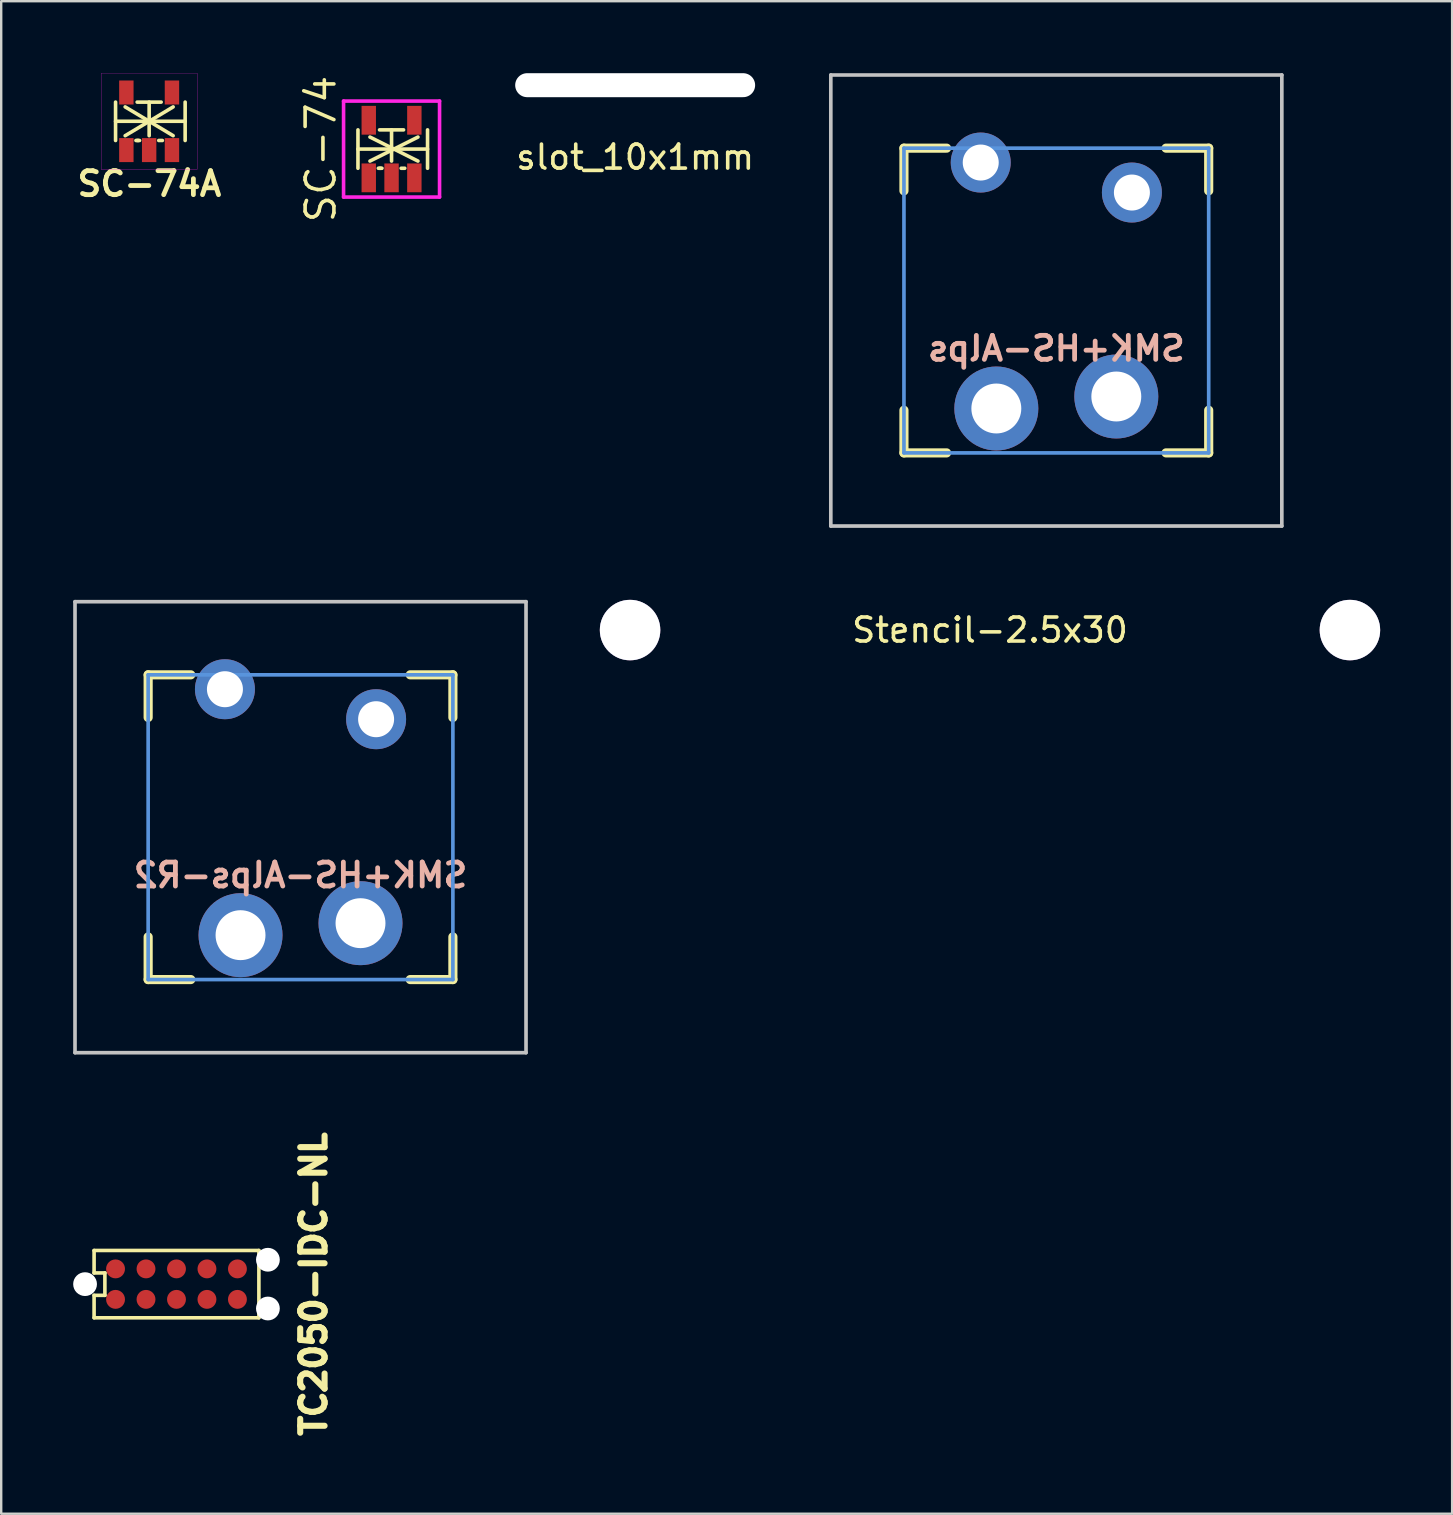
<source format=kicad_pcb>
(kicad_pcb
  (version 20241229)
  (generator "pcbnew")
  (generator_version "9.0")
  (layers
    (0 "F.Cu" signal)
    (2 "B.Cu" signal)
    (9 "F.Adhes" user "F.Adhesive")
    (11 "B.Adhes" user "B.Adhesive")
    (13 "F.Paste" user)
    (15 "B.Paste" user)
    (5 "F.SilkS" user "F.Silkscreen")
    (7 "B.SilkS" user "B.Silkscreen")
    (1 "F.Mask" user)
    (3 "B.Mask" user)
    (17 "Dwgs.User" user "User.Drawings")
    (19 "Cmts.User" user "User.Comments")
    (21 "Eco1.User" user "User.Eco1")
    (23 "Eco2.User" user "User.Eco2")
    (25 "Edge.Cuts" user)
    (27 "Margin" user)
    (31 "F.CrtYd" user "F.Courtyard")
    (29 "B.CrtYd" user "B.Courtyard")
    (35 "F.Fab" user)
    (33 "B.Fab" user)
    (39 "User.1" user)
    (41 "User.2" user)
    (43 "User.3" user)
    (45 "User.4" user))
  (footprint "slot_10x1mm"
    (layer "F.Cu")
    (at 23.42 0.5)
    (property "Reference" "slot_10x1mm" (at 0 3 0) (layer "F.SilkS") (effects (font (size 1 1) (thickness 0.15))))
    (attr through_hole)
    (pad "" np_thru_hole oval (at 0 0) (size 10 1) (drill oval 10 1) (layers "*.Cu" "*.Mask")))
  (footprint "SC-74"
    (layer "F.Cu")
    (at 13.268 3.162)
    (property "Reference" "SC-74" (at -2.95 0 90) (layer "F.SilkS") (effects (font (size 1.2 1.2) (thickness 0.15))))
    (attr through_hole)
    (fp_line (start -1.4 -0.8) (end -1.4 0.8) (stroke (width 0.15) (type solid)) (layer "F.SilkS"))
    (fp_line (start -1.4 0) (end 1.5 0) (stroke (width 0.15) (type solid)) (layer "F.SilkS"))
    (fp_line (start -0.9 -0.5) (end 1.1 0.5) (stroke (width 0.15) (type solid)) (layer "F.SilkS"))
    (fp_line (start -0.9 0.5) (end 1.1 -0.5) (stroke (width 0.15) (type solid)) (layer "F.SilkS"))
    (fp_line (start -0.55 0.8) (end -0.45 0.8) (stroke (width 0.15) (type solid)) (layer "F.SilkS"))
    (fp_line (start -0.5 0.8) (end -0.4 0.8) (stroke (width 0.15) (type solid)) (layer "F.SilkS"))
    (fp_line (start 0 -0.8) (end 0 0.5) (stroke (width 0.15) (type solid)) (layer "F.SilkS"))
    (fp_line (start 0.4 0.8) (end 0.55 0.8) (stroke (width 0.15) (type solid)) (layer "F.SilkS"))
    (fp_line (start 0.5 -0.8) (end -0.5 -0.8) (stroke (width 0.15) (type solid)) (layer "F.SilkS"))
    (fp_line (start 1.5 0.8) (end 1.5 -0.8) (stroke (width 0.15) (type solid)) (layer "F.SilkS"))
    (fp_line (start -2 -2) (end 2 -2) (stroke (width 0.15) (type solid)) (layer "F.CrtYd"))
    (fp_line (start -2 2) (end -2 -2) (stroke (width 0.15) (type solid)) (layer "F.CrtYd"))
    (fp_line (start 2 -2) (end 2 2) (stroke (width 0.15) (type solid)) (layer "F.CrtYd"))
    (fp_line (start 2 2) (end -2 2) (stroke (width 0.15) (type solid)) (layer "F.CrtYd"))
    (pad "1" smd rect (at -0.95 1.2) (size 0.6 1.2) (layers "F.Cu" "F.Mask" "F.Paste"))
    (pad "2" smd rect (at 0 1.2) (size 0.6 1.2) (layers "F.Cu" "F.Mask" "F.Paste"))
    (pad "3" smd rect (at 0.95 1.2) (size 0.6 1.2) (layers "F.Cu" "F.Mask" "F.Paste"))
    (pad "4" smd rect (at 0.95 -1.2) (size 0.6 1.2) (layers "F.Cu" "F.Mask" "F.Paste"))
    (pad "5" smd rect (at -0.95 -1.2) (size 0.6 1.2) (layers "F.Cu" "F.Mask" "F.Paste")))
  (footprint "SMK+HS-Alps"
    (layer "F.Cu")
    (at 40.972 9.474)
    (property "Reference" "SMK+HS-Alps" (at 0 2 0) (layer "B.SilkS") (effects (font (size 1 1) (thickness 0.2)) (justify mirror)))
    (attr through_hole)
    (fp_line (start -6.35 -6.35) (end -4.572 -6.35) (stroke (width 0.381) (type solid)) (layer "F.SilkS"))
    (fp_line (start -6.35 -4.572) (end -6.35 -6.35) (stroke (width 0.381) (type solid)) (layer "F.SilkS"))
    (fp_line (start -6.35 6.35) (end -6.35 4.572) (stroke (width 0.381) (type solid)) (layer "F.SilkS"))
    (fp_line (start -4.572 6.35) (end -6.35 6.35) (stroke (width 0.381) (type solid)) (layer "F.SilkS"))
    (fp_line (start 4.572 -6.35) (end 6.35 -6.35) (stroke (width 0.381) (type solid)) (layer "F.SilkS"))
    (fp_line (start 6.35 -6.35) (end 6.35 -4.572) (stroke (width 0.381) (type solid)) (layer "F.SilkS"))
    (fp_line (start 6.35 4.572) (end 6.35 6.35) (stroke (width 0.381) (type solid)) (layer "F.SilkS"))
    (fp_line (start 6.35 6.35) (end 4.572 6.35) (stroke (width 0.381) (type solid)) (layer "F.SilkS"))
    (fp_line (start -9.398 -9.398) (end 9.398 -9.398) (stroke (width 0.152) (type solid)) (layer "Dwgs.User"))
    (fp_line (start -9.398 9.398) (end -9.398 -9.398) (stroke (width 0.152) (type solid)) (layer "Dwgs.User"))
    (fp_line (start 9.398 -9.398) (end 9.398 9.398) (stroke (width 0.152) (type solid)) (layer "Dwgs.User"))
    (fp_line (start 9.398 9.398) (end -9.398 9.398) (stroke (width 0.152) (type solid)) (layer "Dwgs.User"))
    (fp_line (start -6.35 -6.35) (end 6.35 -6.35) (stroke (width 0.152) (type solid)) (layer "Cmts.User"))
    (fp_line (start -6.35 6.35) (end -6.35 -6.35) (stroke (width 0.152) (type solid)) (layer "Cmts.User"))
    (fp_line (start 6.35 -6.35) (end 6.35 6.35) (stroke (width 0.152) (type solid)) (layer "Cmts.User"))
    (fp_line (start 6.35 6.35) (end -6.35 6.35) (stroke (width 0.152) (type solid)) (layer "Cmts.User"))
    (fp_line (start -7.75 -6.4) (end -6.985 -6.4) (stroke (width 0.152) (type solid)) (layer "Eco2.User"))
    (fp_line (start -7.75 6.4) (end -7.75 -6.4) (stroke (width 0.152) (type solid)) (layer "Eco2.User"))
    (fp_line (start -7.75 6.4) (end -6.985 6.4) (stroke (width 0.152) (type solid)) (layer "Eco2.User"))
    (fp_line (start -6.985 -6.985) (end 6.985 -6.985) (stroke (width 0.152) (type solid)) (layer "Eco2.User"))
    (fp_line (start -6.985 -6.4) (end -6.985 -6.985) (stroke (width 0.152) (type solid)) (layer "Eco2.User"))
    (fp_line (start -6.985 6.4) (end -6.985 6.985) (stroke (width 0.152) (type solid)) (layer "Eco2.User"))
    (fp_line (start 6.985 -6.4) (end 6.985 -6.985) (stroke (width 0.152) (type solid)) (layer "Eco2.User"))
    (fp_line (start 6.985 6.4) (end 7.75 6.4) (stroke (width 0.152) (type solid)) (layer "Eco2.User"))
    (fp_line (start 6.985 6.985) (end -6.985 6.985) (stroke (width 0.152) (type solid)) (layer "Eco2.User"))
    (fp_line (start 6.985 6.985) (end 6.985 6.4) (stroke (width 0.152) (type solid)) (layer "Eco2.User"))
    (fp_line (start 7.75 -6.4) (end 6.985 -6.4) (stroke (width 0.152) (type solid)) (layer "Eco2.User"))
    (fp_line (start 7.75 6.4) (end 7.75 -6.4) (stroke (width 0.152) (type solid)) (layer "Eco2.User"))
    (pad "SW1" thru_hole circle (at -3.15 -5.75) (size 2.5 2.5) (drill 1.5) (layers "*.Cu" "*.Mask"))
    (pad "SW1" thru_hole circle (at -2.5 4.5) (size 3.5 3.5) (drill 2.08) (layers "*.Cu" "*.Mask"))
    (pad "SW2" thru_hole circle (at 2.5 4) (size 3.5 3.5) (drill 2.08) (layers "*.Cu" "*.Mask"))
    (pad "SW2" thru_hole circle (at 3.15 -4.5) (size 2.5 2.5) (drill 1.5) (layers "*.Cu" "*.Mask")))
  (footprint "SMK+HS-Alps-R2"
    (layer "F.Cu")
    (at 9.474 31.423)
    (property "Reference" "SMK+HS-Alps-R2" (at 0 2 0) (layer "B.SilkS") (effects (font (size 1 1) (thickness 0.2)) (justify mirror)))
    (attr through_hole)
    (fp_line (start -6.35 -6.35) (end -4.572 -6.35) (stroke (width 0.381) (type solid)) (layer "F.SilkS"))
    (fp_line (start -6.35 -4.572) (end -6.35 -6.35) (stroke (width 0.381) (type solid)) (layer "F.SilkS"))
    (fp_line (start -6.35 6.35) (end -6.35 4.572) (stroke (width 0.381) (type solid)) (layer "F.SilkS"))
    (fp_line (start -4.572 6.35) (end -6.35 6.35) (stroke (width 0.381) (type solid)) (layer "F.SilkS"))
    (fp_line (start 4.572 -6.35) (end 6.35 -6.35) (stroke (width 0.381) (type solid)) (layer "F.SilkS"))
    (fp_line (start 6.35 -6.35) (end 6.35 -4.572) (stroke (width 0.381) (type solid)) (layer "F.SilkS"))
    (fp_line (start 6.35 4.572) (end 6.35 6.35) (stroke (width 0.381) (type solid)) (layer "F.SilkS"))
    (fp_line (start 6.35 6.35) (end 4.572 6.35) (stroke (width 0.381) (type solid)) (layer "F.SilkS"))
    (fp_line (start -9.398 -9.398) (end 9.398 -9.398) (stroke (width 0.152) (type solid)) (layer "Dwgs.User"))
    (fp_line (start -9.398 9.398) (end -9.398 -9.398) (stroke (width 0.152) (type solid)) (layer "Dwgs.User"))
    (fp_line (start 9.398 -9.398) (end 9.398 9.398) (stroke (width 0.152) (type solid)) (layer "Dwgs.User"))
    (fp_line (start 9.398 9.398) (end -9.398 9.398) (stroke (width 0.152) (type solid)) (layer "Dwgs.User"))
    (fp_line (start -6.35 -6.35) (end 6.35 -6.35) (stroke (width 0.152) (type solid)) (layer "Cmts.User"))
    (fp_line (start -6.35 6.35) (end -6.35 -6.35) (stroke (width 0.152) (type solid)) (layer "Cmts.User"))
    (fp_line (start 6.35 -6.35) (end 6.35 6.35) (stroke (width 0.152) (type solid)) (layer "Cmts.User"))
    (fp_line (start 6.35 6.35) (end -6.35 6.35) (stroke (width 0.152) (type solid)) (layer "Cmts.User"))
    (fp_line (start -7.75 -6.4) (end -6.985 -6.4) (stroke (width 0.152) (type solid)) (layer "Eco2.User"))
    (fp_line (start -7.75 6.4) (end -7.75 -6.4) (stroke (width 0.152) (type solid)) (layer "Eco2.User"))
    (fp_line (start -7.75 6.4) (end -6.985 6.4) (stroke (width 0.152) (type solid)) (layer "Eco2.User"))
    (fp_line (start -6.985 -6.985) (end 6.985 -6.985) (stroke (width 0.152) (type solid)) (layer "Eco2.User"))
    (fp_line (start -6.985 -6.4) (end -6.985 -6.985) (stroke (width 0.152) (type solid)) (layer "Eco2.User"))
    (fp_line (start -6.985 6.4) (end -6.985 6.985) (stroke (width 0.152) (type solid)) (layer "Eco2.User"))
    (fp_line (start 6.985 -6.4) (end 6.985 -6.985) (stroke (width 0.152) (type solid)) (layer "Eco2.User"))
    (fp_line (start 6.985 6.4) (end 7.75 6.4) (stroke (width 0.152) (type solid)) (layer "Eco2.User"))
    (fp_line (start 6.985 6.985) (end -6.985 6.985) (stroke (width 0.152) (type solid)) (layer "Eco2.User"))
    (fp_line (start 6.985 6.985) (end 6.985 6.4) (stroke (width 0.152) (type solid)) (layer "Eco2.User"))
    (fp_line (start 7.75 -6.4) (end 6.985 -6.4) (stroke (width 0.152) (type solid)) (layer "Eco2.User"))
    (fp_line (start 7.75 6.4) (end 7.75 -6.4) (stroke (width 0.152) (type solid)) (layer "Eco2.User"))
    (pad "SW1" thru_hole circle (at -3.15 -5.75) (size 2.5 2.5) (drill 1.5) (layers "*.Cu" "*.Mask"))
    (pad "SW1" thru_hole circle (at 2.5 4) (size 3.5 3.5) (drill 2.08) (layers "*.Cu" "*.Mask"))
    (pad "SW2" thru_hole circle (at -2.5 4.5) (size 3.5 3.5) (drill 2.08) (layers "*.Cu" "*.Mask"))
    (pad "SW2" thru_hole circle (at 3.15 -4.5) (size 2.5 2.5) (drill 1.5) (layers "*.Cu" "*.Mask")))
  (footprint "SC-74A"
    (layer "F.Cu")
    (at 3.166 2.005)
    (property "Reference" "SC-74A" (at 0.01 2.605 0) (layer "F.SilkS") (effects (font (size 1 1) (thickness 0.2))))
    (attr through_hole)
    (fp_line (start -1.4 -0.8) (end -1.4 0.8) (stroke (width 0.15) (type solid)) (layer "F.SilkS"))
    (fp_line (start -1.4 0) (end 1.5 0) (stroke (width 0.15) (type solid)) (layer "F.SilkS"))
    (fp_line (start -1 -0.6) (end 1 0.6) (stroke (width 0.15) (type solid)) (layer "F.SilkS"))
    (fp_line (start -1 0.6) (end 1 -0.6) (stroke (width 0.15) (type solid)) (layer "F.SilkS"))
    (fp_line (start -0.55 0.8) (end -0.45 0.8) (stroke (width 0.15) (type solid)) (layer "F.SilkS"))
    (fp_line (start -0.5 0.8) (end -0.4 0.8) (stroke (width 0.15) (type solid)) (layer "F.SilkS"))
    (fp_line (start 0 -0.8) (end 0 0.6) (stroke (width 0.15) (type solid)) (layer "F.SilkS"))
    (fp_line (start 0.4 0.8) (end 0.55 0.8) (stroke (width 0.15) (type solid)) (layer "F.SilkS"))
    (fp_line (start 0.5 -0.8) (end -0.5 -0.8) (stroke (width 0.15) (type solid)) (layer "F.SilkS"))
    (fp_line (start 1.5 0.8) (end 1.5 -0.8) (stroke (width 0.15) (type solid)) (layer "F.SilkS"))
    (fp_line (start -2 -2) (end 2 -2) (stroke (width 0.01) (type solid)) (layer "F.CrtYd"))
    (fp_line (start -2 2) (end -2 -2) (stroke (width 0.01) (type solid)) (layer "F.CrtYd"))
    (fp_line (start 2 -2) (end 2 2) (stroke (width 0.01) (type solid)) (layer "F.CrtYd"))
    (fp_line (start 2 2) (end -2 2) (stroke (width 0.01) (type solid)) (layer "F.CrtYd"))
    (pad "1" smd rect (at -0.95 1.2) (size 0.6 1) (layers "F.Cu" "F.Mask" "F.Paste"))
    (pad "2" smd rect (at 0 1.2) (size 0.6 1) (layers "F.Cu" "F.Mask" "F.Paste"))
    (pad "3" smd rect (at 0.95 1.2) (size 0.6 1) (layers "F.Cu" "F.Mask" "F.Paste"))
    (pad "4" smd rect (at 0.95 -1.2) (size 0.6 1) (layers "F.Cu" "F.Mask" "F.Paste"))
    (pad "5" smd rect (at -0.95 -1.2) (size 0.6 1) (layers "F.Cu" "F.Mask" "F.Paste")))
  (footprint "Stencil-2.5x30"
    (layer "F.Cu")
    (at 38.208 23.208)
    (property "Reference" "Stencil-2.5x30" (at 0 0 0) (layer "F.SilkS") (effects (font (size 1 1) (thickness 0.15))))
    (attr through_hole)
    (pad "" thru_hole circle (at -15 0) (size 2.52 2.52) (drill 2.52) (layers "*.Cu" "*.Paste" "*.Mask"))
    (pad "" thru_hole circle (at 15 0) (size 2.52 2.52) (drill 2.52) (layers "*.Cu" "*.Paste" "*.Mask")))
  (footprint "TC2050-IDC-NL"
    (layer "F.Cu")
    (at 4.305 50.466)
    (property "Reference" "TC2050-IDC-NL" (at 5.715 0 270) (layer "F.SilkS") (effects (font (size 1.016 1.016) (thickness 0.254))))
    (attr through_hole)
    (fp_line (start -3.434 -1.402) (end -3.434 -0.467) (stroke (width 0.15) (type solid)) (layer "F.SilkS"))
    (fp_line (start -3.434 -0.467) (end -2.984 -0.467) (stroke (width 0.15) (type solid)) (layer "F.SilkS"))
    (fp_line (start -3.434 0.467) (end -3.434 1.402) (stroke (width 0.15) (type solid)) (layer "F.SilkS"))
    (fp_line (start -3.434 1.402) (end 3.434 1.402) (stroke (width 0.15) (type solid)) (layer "F.SilkS"))
    (fp_line (start -2.984 -0.467) (end -2.984 0.467) (stroke (width 0.15) (type solid)) (layer "F.SilkS"))
    (fp_line (start -2.984 0.467) (end -3.434 0.467) (stroke (width 0.15) (type solid)) (layer "F.SilkS"))
    (fp_line (start 3.434 -1.402) (end -3.434 -1.402) (stroke (width 0.15) (type solid)) (layer "F.SilkS"))
    (fp_line (start 3.434 1.402) (end 3.434 -1.402) (stroke (width 0.15) (type solid)) (layer "F.SilkS"))
    (pad "" np_thru_hole circle (at -3.81 0) (size 0.991 0.991) (drill 0.991) (layers "*.Cu" "*.Mask"))
    (pad "" np_thru_hole circle (at 3.81 -1.016) (size 0.991 0.991) (drill 0.991) (layers "*.Cu" "*.Mask"))
    (pad "" np_thru_hole circle (at 3.81 1.016) (size 0.991 0.991) (drill 0.991) (layers "*.Cu" "*.Mask"))
    (pad "1" smd circle (at -2.54 0.635) (size 0.787 0.787) (layers "F.Cu" "F.Mask"))
    (pad "2" smd circle (at -1.27 0.635) (size 0.787 0.787) (layers "F.Cu" "F.Mask"))
    (pad "3" smd circle (at 0 0.635) (size 0.787 0.787) (layers "F.Cu" "F.Mask"))
    (pad "4" smd circle (at 1.27 0.635) (size 0.787 0.787) (layers "F.Cu" "F.Mask"))
    (pad "5" smd circle (at 2.54 0.635) (size 0.787 0.787) (layers "F.Cu" "F.Mask"))
    (pad "6" smd circle (at 2.54 -0.635) (size 0.787 0.787) (layers "F.Cu" "F.Mask"))
    (pad "7" smd circle (at 1.27 -0.635) (size 0.787 0.787) (layers "F.Cu" "F.Mask"))
    (pad "8" smd circle (at 0 -0.635) (size 0.787 0.787) (layers "F.Cu" "F.Mask"))
    (pad "9" smd circle (at -1.27 -0.635) (size 0.787 0.787) (layers "F.Cu" "F.Mask"))
    (pad "10" smd circle (at -2.54 -0.635) (size 0.787 0.787) (layers "F.Cu" "F.Mask")))
  (gr_rect
    (start -3 -3)
    (end 57.468 60.035)
    (stroke (width 0.1) (type default))
    (fill no)
    (layer "Edge.Cuts")))
</source>
